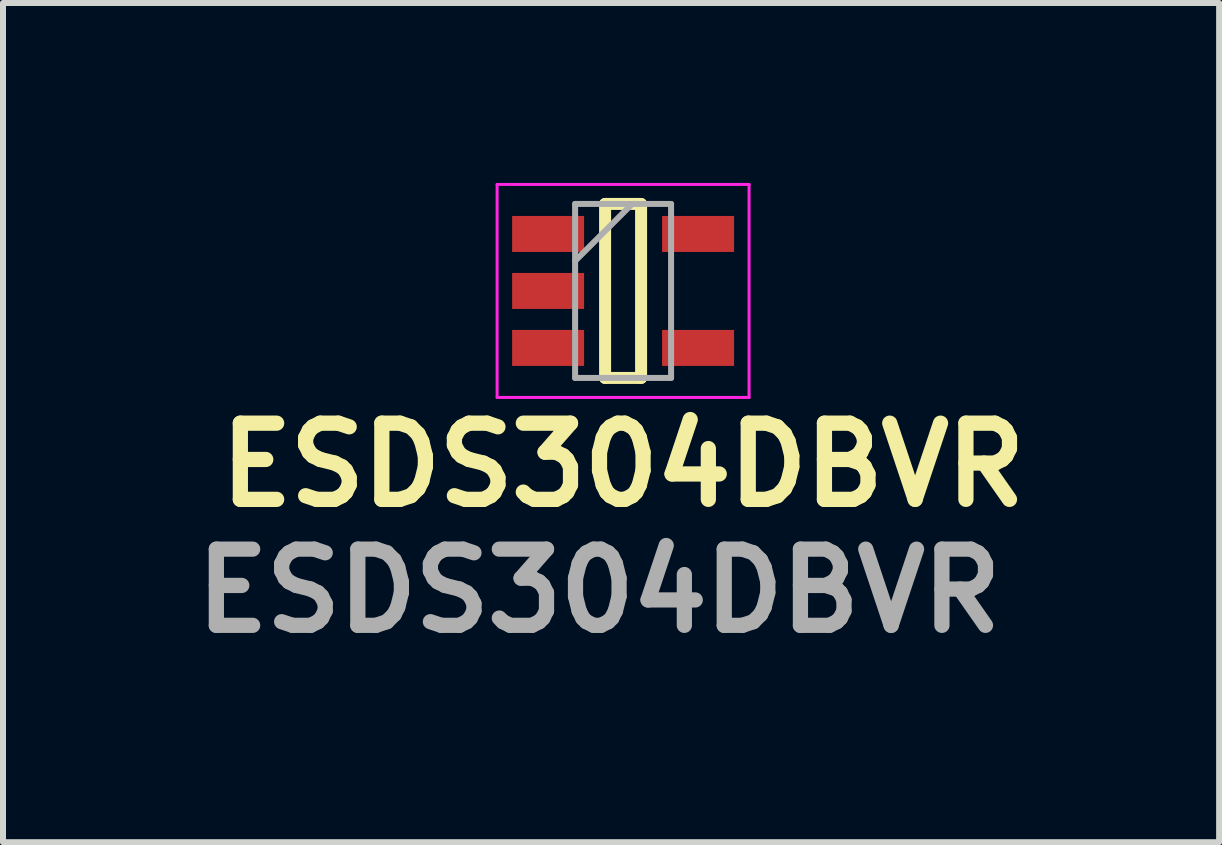
<source format=kicad_pcb>
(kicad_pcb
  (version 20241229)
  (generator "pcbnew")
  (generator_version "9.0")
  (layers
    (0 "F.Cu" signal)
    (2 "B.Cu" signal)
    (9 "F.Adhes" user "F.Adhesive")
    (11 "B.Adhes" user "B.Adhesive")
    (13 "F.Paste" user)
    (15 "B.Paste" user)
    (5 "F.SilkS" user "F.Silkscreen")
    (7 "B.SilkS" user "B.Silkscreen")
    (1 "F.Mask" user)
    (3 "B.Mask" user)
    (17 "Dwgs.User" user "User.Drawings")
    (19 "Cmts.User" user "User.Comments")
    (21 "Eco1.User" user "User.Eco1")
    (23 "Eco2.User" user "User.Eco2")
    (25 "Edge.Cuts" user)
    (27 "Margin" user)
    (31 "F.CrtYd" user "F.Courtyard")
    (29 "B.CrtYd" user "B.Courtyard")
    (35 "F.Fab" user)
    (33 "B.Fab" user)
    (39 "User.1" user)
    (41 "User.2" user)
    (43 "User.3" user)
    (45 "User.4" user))
  (footprint "ESDS304DBVR"
    (layer "F.Cu")
    (at 7.337 1.8)
    (property "Reference" "ESDS304DBVR" (at 0 2.9 0) (layer "F.SilkS") (effects (font (size 1.27 1.27) (thickness 0.254))))
    (attr smd)
    (fp_line (start -0.3 -1.45) (end 0.3 -1.45) (stroke (width 0.2) (type solid)) (layer "F.SilkS"))
    (fp_line (start -0.3 1.45) (end -0.3 -1.45) (stroke (width 0.2) (type solid)) (layer "F.SilkS"))
    (fp_line (start 0.3 -1.45) (end 0.3 1.45) (stroke (width 0.2) (type solid)) (layer "F.SilkS"))
    (fp_line (start 0.3 1.45) (end -0.3 1.45) (stroke (width 0.2) (type solid)) (layer "F.SilkS"))
    (fp_line (start -2.1 -1.775) (end 2.1 -1.775) (stroke (width 0.05) (type solid)) (layer "F.CrtYd"))
    (fp_line (start -2.1 1.775) (end -2.1 -1.775) (stroke (width 0.05) (type solid)) (layer "F.CrtYd"))
    (fp_line (start 2.1 -1.775) (end 2.1 1.775) (stroke (width 0.05) (type solid)) (layer "F.CrtYd"))
    (fp_line (start 2.1 1.775) (end -2.1 1.775) (stroke (width 0.05) (type solid)) (layer "F.CrtYd"))
    (fp_line (start -0.8 -1.45) (end 0.8 -1.45) (stroke (width 0.1) (type solid)) (layer "F.Fab"))
    (fp_line (start -0.8 -0.5) (end 0.15 -1.45) (stroke (width 0.1) (type solid)) (layer "F.Fab"))
    (fp_line (start -0.8 1.45) (end -0.8 -1.45) (stroke (width 0.1) (type solid)) (layer "F.Fab"))
    (fp_line (start 0.8 -1.45) (end 0.8 1.45) (stroke (width 0.1) (type solid)) (layer "F.Fab"))
    (fp_line (start 0.8 1.45) (end -0.8 1.45) (stroke (width 0.1) (type solid)) (layer "F.Fab"))
    (fp_text user "${REFERENCE}" (at -0.4 5 0) (layer "F.Fab") (effects (font (size 1.27 1.27) (thickness 0.254))))
    (pad "1" smd rect (at -1.25 -0.95 90) (size 0.6 1.2) (layers "F.Cu" "F.Mask" "F.Paste"))
    (pad "2" smd rect (at -1.25 0 90) (size 0.6 1.2) (layers "F.Cu" "F.Mask" "F.Paste"))
    (pad "3" smd rect (at -1.25 0.95 90) (size 0.6 1.2) (layers "F.Cu" "F.Mask" "F.Paste"))
    (pad "4" smd rect (at 1.25 0.95 90) (size 0.6 1.2) (layers "F.Cu" "F.Mask" "F.Paste"))
    (pad "5" smd rect (at 1.25 -0.95 90) (size 0.6 1.2) (layers "F.Cu" "F.Mask" "F.Paste")))
  (gr_rect
    (start -3 -3)
    (end 17.273 10.989)
    (stroke (width 0.1) (type default))
    (fill no)
    (layer "Edge.Cuts")))
</source>
